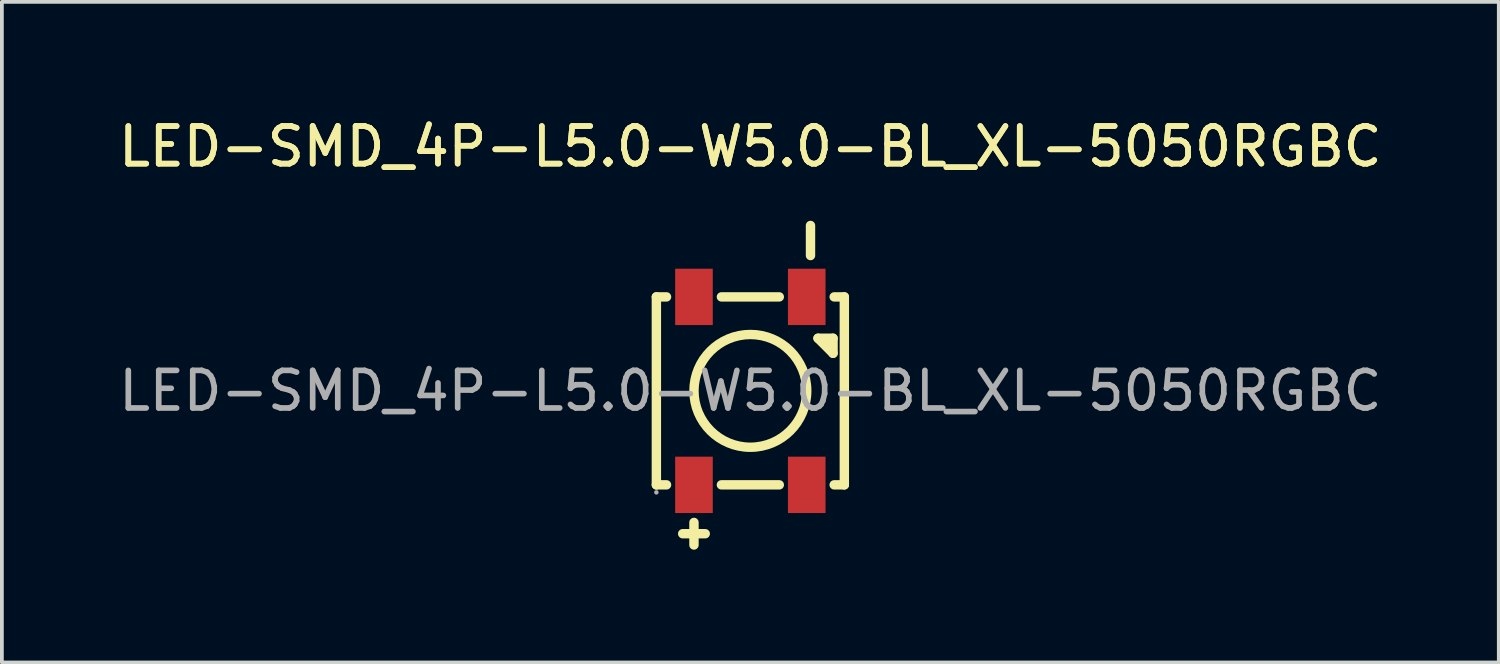
<source format=kicad_pcb>
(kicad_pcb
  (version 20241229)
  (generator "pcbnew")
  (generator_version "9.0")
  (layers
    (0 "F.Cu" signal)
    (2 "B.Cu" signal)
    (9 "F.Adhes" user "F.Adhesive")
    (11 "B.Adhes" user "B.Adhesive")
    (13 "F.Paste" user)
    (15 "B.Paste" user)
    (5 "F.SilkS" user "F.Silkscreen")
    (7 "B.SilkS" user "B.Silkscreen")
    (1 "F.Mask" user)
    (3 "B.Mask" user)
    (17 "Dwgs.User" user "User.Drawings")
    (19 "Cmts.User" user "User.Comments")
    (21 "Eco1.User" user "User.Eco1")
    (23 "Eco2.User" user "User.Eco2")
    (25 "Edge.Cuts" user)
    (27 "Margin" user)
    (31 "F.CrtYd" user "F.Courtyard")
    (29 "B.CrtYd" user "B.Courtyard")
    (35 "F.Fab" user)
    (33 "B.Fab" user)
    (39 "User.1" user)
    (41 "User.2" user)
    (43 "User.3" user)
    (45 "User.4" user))
  (footprint "LED-SMD_4P-L5.0-W5.0-BL_XL-5050RGBC"
    (layer "F.Cu")
    (at 16.911 7.348)
    (property "Reference" "LED-SMD_4P-L5.0-W5.0-BL_XL-5050RGBC" (at 0 -6.5 0) (layer "F.SilkS") (effects (font (size 1 1) (thickness 0.15))))
    (attr smd)
    (fp_line (start -2.5 -2.5) (end -2.23 -2.5) (stroke (width 0.25) (type solid)) (layer "F.SilkS"))
    (fp_line (start -2.5 2.5) (end -2.5 -2.5) (stroke (width 0.25) (type solid)) (layer "F.SilkS"))
    (fp_line (start -2.5 2.5) (end -2.23 2.5) (stroke (width 0.25) (type solid)) (layer "F.SilkS"))
    (fp_line (start -1.8 3.8) (end -1.2 3.8) (stroke (width 0.25) (type solid)) (layer "F.SilkS"))
    (fp_line (start -1.5 4.1) (end -1.5 3.5) (stroke (width 0.25) (type solid)) (layer "F.SilkS"))
    (fp_line (start -0.77 -2.5) (end 0.77 -2.5) (stroke (width 0.25) (type solid)) (layer "F.SilkS"))
    (fp_line (start -0.77 2.5) (end 0.77 2.5) (stroke (width 0.25) (type solid)) (layer "F.SilkS"))
    (fp_line (start 1.6 -4.4) (end 1.6 -3.6) (stroke (width 0.25) (type solid)) (layer "F.SilkS"))
    (fp_line (start 1.8 -1.4) (end 2.2 -1.4) (stroke (width 0.25) (type solid)) (layer "F.SilkS"))
    (fp_line (start 2.2 -1.4) (end 2.2 -1) (stroke (width 0.25) (type solid)) (layer "F.SilkS"))
    (fp_line (start 2.2 -1) (end 1.8 -1.4) (stroke (width 0.25) (type solid)) (layer "F.SilkS"))
    (fp_line (start 2.23 -2.5) (end 2.5 -2.5) (stroke (width 0.25) (type solid)) (layer "F.SilkS"))
    (fp_line (start 2.23 2.5) (end 2.5 2.5) (stroke (width 0.25) (type solid)) (layer "F.SilkS"))
    (fp_line (start 2.5 2.5) (end 2.5 -2.5) (stroke (width 0.25) (type solid)) (layer "F.SilkS"))
    (fp_circle (center 0 0) (end 1.5 0) (stroke (width 0.25) (type solid)) (fill no) (layer "F.SilkS"))
    (fp_circle (center -2.5 2.7) (end -2.47 2.7) (stroke (width 0.06) (type solid)) (fill no) (layer "F.Fab"))
    (fp_text user "${REFERENCE}" (at 0 -6.5 0) (layer "F.SilkS") (effects (font (size 1 1) (thickness 0.15))))
    (fp_text user "${REFERENCE}" (at 0 0 0) (layer "F.Fab") (effects (font (size 1 1) (thickness 0.15))))
    (pad "1" smd rect (at -1.5 2.5 90) (size 1.5 1) (layers "F.Cu" "F.Mask" "F.Paste"))
    (pad "2" smd rect (at 1.5 2.5 90) (size 1.5 1) (layers "F.Cu" "F.Mask" "F.Paste"))
    (pad "3" smd rect (at 1.5 -2.5 90) (size 1.5 1) (layers "F.Cu" "F.Mask" "F.Paste"))
    (pad "4" smd rect (at -1.5 -2.5 90) (size 1.5 1) (layers "F.Cu" "F.Mask" "F.Paste")))
  (gr_rect
    (start -3 -3)
    (end 36.821 14.573)
    (stroke (width 0.1) (type default))
    (fill no)
    (layer "Edge.Cuts")))
</source>
